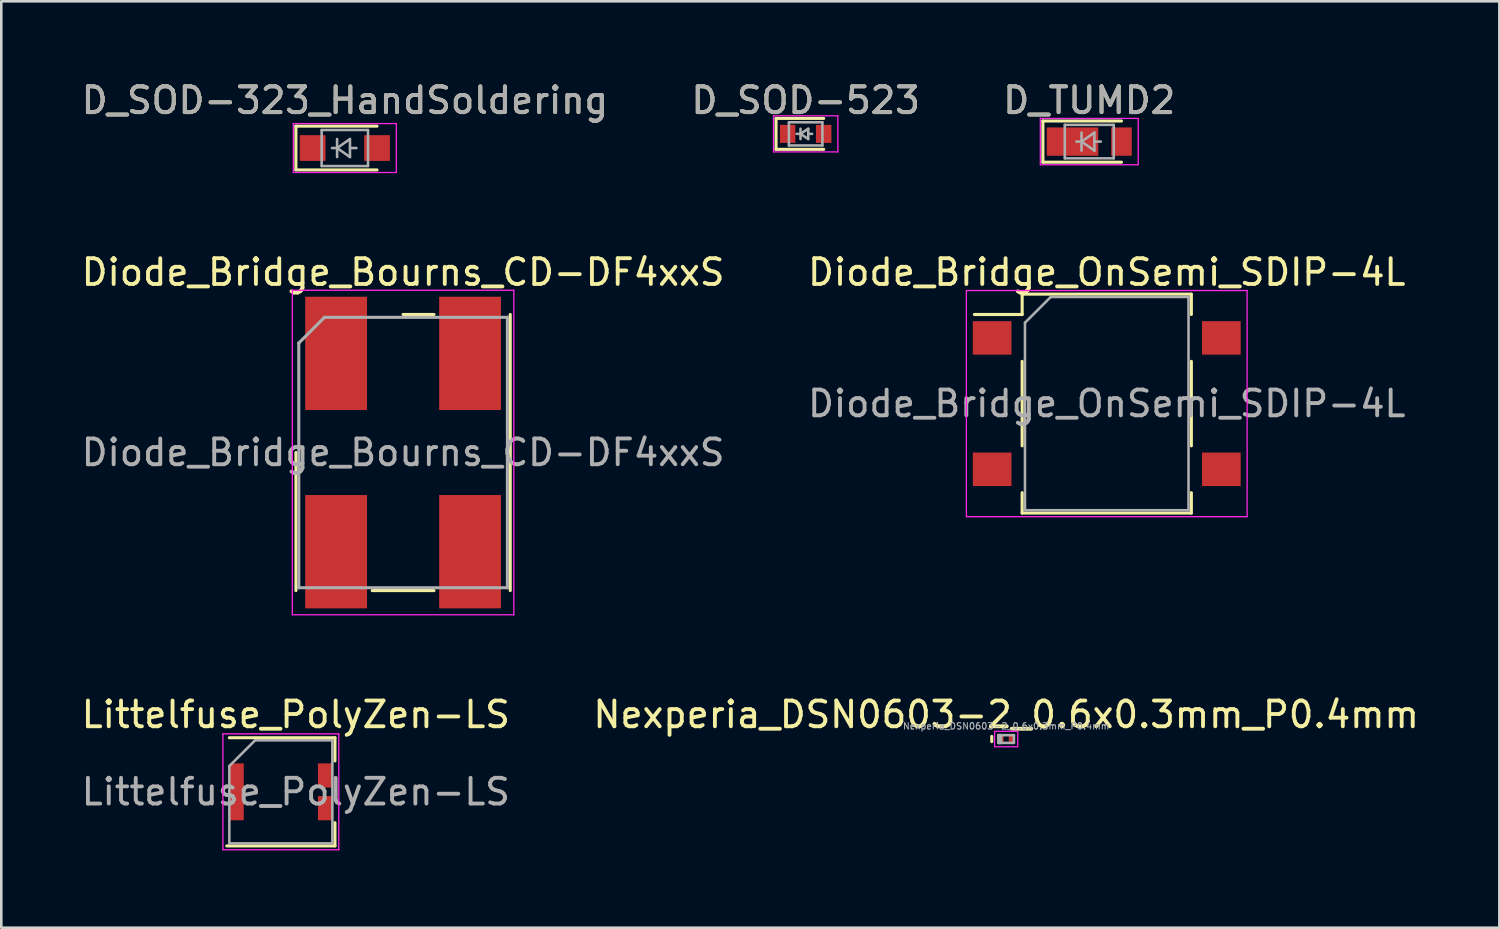
<source format=kicad_pcb>
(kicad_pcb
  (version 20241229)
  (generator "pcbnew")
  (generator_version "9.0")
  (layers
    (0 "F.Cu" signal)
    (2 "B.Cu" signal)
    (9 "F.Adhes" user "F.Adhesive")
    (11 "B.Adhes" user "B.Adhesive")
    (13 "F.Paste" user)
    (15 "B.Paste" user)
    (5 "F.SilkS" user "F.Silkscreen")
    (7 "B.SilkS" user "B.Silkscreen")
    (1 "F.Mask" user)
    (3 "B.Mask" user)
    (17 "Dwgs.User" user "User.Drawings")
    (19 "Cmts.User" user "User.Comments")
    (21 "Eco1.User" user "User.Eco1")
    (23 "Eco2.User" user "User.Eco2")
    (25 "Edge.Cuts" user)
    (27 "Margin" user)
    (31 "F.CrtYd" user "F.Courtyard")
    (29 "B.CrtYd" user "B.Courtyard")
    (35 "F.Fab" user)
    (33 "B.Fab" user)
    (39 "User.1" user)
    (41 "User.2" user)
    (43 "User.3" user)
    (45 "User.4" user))
  (footprint "D_SOD-523"
    (layer "F.Cu")
    (at 28.232 2.148)
    (property "Reference" "D_SOD-523" (at 0 -1.3 0) (layer "F.SilkS") (effects (font (size 1 1) (thickness 0.15))))
    (attr smd)
    (fp_line (start -1.15 -0.6) (end -1.15 0.6) (stroke (width 0.12) (type solid)) (layer "F.SilkS"))
    (fp_line (start 0.7 -0.6) (end -1.15 -0.6) (stroke (width 0.12) (type solid)) (layer "F.SilkS"))
    (fp_line (start 0.7 0.6) (end -1.15 0.6) (stroke (width 0.12) (type solid)) (layer "F.SilkS"))
    (fp_line (start -1.25 -0.7) (end 1.25 -0.7) (stroke (width 0.05) (type solid)) (layer "F.CrtYd"))
    (fp_line (start -1.25 0.7) (end -1.25 -0.7) (stroke (width 0.05) (type solid)) (layer "F.CrtYd"))
    (fp_line (start 1.25 -0.7) (end 1.25 0.7) (stroke (width 0.05) (type solid)) (layer "F.CrtYd"))
    (fp_line (start 1.25 0.7) (end -1.25 0.7) (stroke (width 0.05) (type solid)) (layer "F.CrtYd"))
    (fp_line (start -0.65 -0.45) (end 0.65 -0.45) (stroke (width 0.1) (type solid)) (layer "F.Fab"))
    (fp_line (start -0.65 0.45) (end -0.65 -0.45) (stroke (width 0.1) (type solid)) (layer "F.Fab"))
    (fp_line (start -0.2 0) (end -0.35 0) (stroke (width 0.1) (type solid)) (layer "F.Fab"))
    (fp_line (start -0.2 0) (end 0.1 0.2) (stroke (width 0.1) (type solid)) (layer "F.Fab"))
    (fp_line (start -0.2 0.2) (end -0.2 -0.2) (stroke (width 0.1) (type solid)) (layer "F.Fab"))
    (fp_line (start 0.1 -0.2) (end -0.2 0) (stroke (width 0.1) (type solid)) (layer "F.Fab"))
    (fp_line (start 0.1 0) (end 0.25 0) (stroke (width 0.1) (type solid)) (layer "F.Fab"))
    (fp_line (start 0.1 0.2) (end 0.1 -0.2) (stroke (width 0.1) (type solid)) (layer "F.Fab"))
    (fp_line (start 0.65 -0.45) (end 0.65 0.45) (stroke (width 0.1) (type solid)) (layer "F.Fab"))
    (fp_line (start 0.65 0.45) (end -0.65 0.45) (stroke (width 0.1) (type solid)) (layer "F.Fab"))
    (fp_text user "${REFERENCE}" (at 0 -1.3 0) (layer "F.Fab") (effects (font (size 1 1) (thickness 0.15))))
    (pad "1" smd rect (at -0.7 0 180) (size 0.6 0.7) (layers "F.Cu" "F.Mask" "F.Paste"))
    (pad "2" smd rect (at 0.7 0 180) (size 0.6 0.7) (layers "F.Cu" "F.Mask" "F.Paste")))
  (footprint "Littelfuse_PolyZen-LS"
    (layer "F.Cu")
    (at 7.855 27.695)
    (property "Reference" "Littelfuse_PolyZen-LS" (at 0.58 -3 0) (layer "F.SilkS") (effects (font (size 1 1) (thickness 0.15))))
    (attr smd)
    (fp_line (start 2.1 -2.1) (end -2 -2.1) (stroke (width 0.12) (type solid)) (layer "F.SilkS"))
    (fp_line (start 2.1 -2.1) (end 2.1 -1.2) (stroke (width 0.12) (type solid)) (layer "F.SilkS"))
    (fp_line (start 2.1 2.1) (end -2.1 2.1) (stroke (width 0.12) (type solid)) (layer "F.SilkS"))
    (fp_line (start 2.1 2.1) (end 2.1 1.2) (stroke (width 0.12) (type solid)) (layer "F.SilkS"))
    (fp_line (start -2.25 -2.25) (end 2.25 -2.25) (stroke (width 0.05) (type solid)) (layer "F.CrtYd"))
    (fp_line (start -2.25 2.25) (end -2.25 -2.25) (stroke (width 0.05) (type solid)) (layer "F.CrtYd"))
    (fp_line (start 2.25 -2.25) (end 2.25 2.25) (stroke (width 0.05) (type solid)) (layer "F.CrtYd"))
    (fp_line (start 2.25 2.25) (end -2.25 2.25) (stroke (width 0.05) (type solid)) (layer "F.CrtYd"))
    (fp_line (start -2 2) (end -2 -1) (stroke (width 0.1) (type solid)) (layer "F.Fab"))
    (fp_line (start -1 -2) (end -2 -1) (stroke (width 0.1) (type solid)) (layer "F.Fab"))
    (fp_line (start 2 -2) (end -1 -2) (stroke (width 0.1) (type solid)) (layer "F.Fab"))
    (fp_line (start 2 -2) (end 2 2) (stroke (width 0.1) (type solid)) (layer "F.Fab"))
    (fp_line (start 2 2) (end -2 2) (stroke (width 0.1) (type solid)) (layer "F.Fab"))
    (fp_text user "${REFERENCE}" (at 0.58 0 0) (layer "F.Fab") (effects (font (size 1 1) (thickness 0.15))))
    (pad "1" smd rect (at -1.72 0) (size 0.56 2.21) (layers "F.Cu" "F.Mask" "F.Paste"))
    (pad "2" smd rect (at 1.72 -0.635) (size 0.56 0.94) (layers "F.Cu" "F.Mask" "F.Paste"))
    (pad "3" smd rect (at 1.72 0.635) (size 0.56 0.94) (layers "F.Cu" "F.Mask" "F.Paste")))
  (footprint "Diode_Bridge_OnSemi_SDIP-4L"
    (layer "F.Cu")
    (at 39.923 12.621)
    (property "Reference" "Diode_Bridge_OnSemi_SDIP-4L" (at 0 -5.1 0) (layer "F.SilkS") (effects (font (size 1 1) (thickness 0.15))))
    (attr smd)
    (fp_line (start -3.285 -4.25) (end -3.285 -3.46) (stroke (width 0.12) (type solid)) (layer "F.SilkS"))
    (fp_line (start -3.285 -3.46) (end -5.14 -3.46) (stroke (width 0.12) (type solid)) (layer "F.SilkS"))
    (fp_line (start -3.285 -1.64) (end -3.285 1.64) (stroke (width 0.12) (type solid)) (layer "F.SilkS"))
    (fp_line (start -3.285 3.46) (end -3.285 4.25) (stroke (width 0.12) (type solid)) (layer "F.SilkS"))
    (fp_line (start -3.285 4.25) (end 3.285 4.25) (stroke (width 0.12) (type solid)) (layer "F.SilkS"))
    (fp_line (start -3.275 -4.25) (end 3.275 -4.25) (stroke (width 0.12) (type solid)) (layer "F.SilkS"))
    (fp_line (start 3.285 -3.46) (end 3.285 -4.25) (stroke (width 0.12) (type solid)) (layer "F.SilkS"))
    (fp_line (start 3.285 -1.64) (end 3.285 1.64) (stroke (width 0.12) (type solid)) (layer "F.SilkS"))
    (fp_line (start 3.285 4.25) (end 3.285 3.46) (stroke (width 0.12) (type solid)) (layer "F.SilkS"))
    (fp_line (start -5.45 -4.39) (end -5.45 4.39) (stroke (width 0.05) (type solid)) (layer "F.CrtYd"))
    (fp_line (start -5.45 -4.39) (end 5.45 -4.39) (stroke (width 0.05) (type solid)) (layer "F.CrtYd"))
    (fp_line (start 5.45 4.39) (end -5.45 4.39) (stroke (width 0.05) (type solid)) (layer "F.CrtYd"))
    (fp_line (start 5.45 4.39) (end 5.45 -4.39) (stroke (width 0.05) (type solid)) (layer "F.CrtYd"))
    (fp_line (start -3.175 -3.14) (end -2.175 -4.14) (stroke (width 0.1) (type solid)) (layer "F.Fab"))
    (fp_line (start -3.175 4.14) (end -3.175 -3.14) (stroke (width 0.1) (type solid)) (layer "F.Fab"))
    (fp_line (start -2.175 -4.14) (end 3.175 -4.14) (stroke (width 0.1) (type solid)) (layer "F.Fab"))
    (fp_line (start 3.175 -4.14) (end 3.175 4.14) (stroke (width 0.1) (type solid)) (layer "F.Fab"))
    (fp_line (start 3.175 4.14) (end -3.175 4.14) (stroke (width 0.1) (type solid)) (layer "F.Fab"))
    (fp_text user "${REFERENCE}" (at 0 0 0) (layer "F.Fab") (effects (font (size 1 1) (thickness 0.15))))
    (pad "1" smd rect (at -4.45 -2.55) (size 1.5 1.3) (layers "F.Cu" "F.Mask" "F.Paste"))
    (pad "2" smd rect (at -4.45 2.55) (size 1.5 1.3) (layers "F.Cu" "F.Mask" "F.Paste"))
    (pad "3" smd rect (at 4.45 2.55) (size 1.5 1.3) (layers "F.Cu" "F.Mask" "F.Paste"))
    (pad "4" smd rect (at 4.45 -2.55) (size 1.5 1.3) (layers "F.Cu" "F.Mask" "F.Paste")))
  (footprint "D_SOD-323_HandSoldering"
    (layer "F.Cu")
    (at 10.339 2.698)
    (property "Reference" "D_SOD-323_HandSoldering" (at 0 -1.85 0) (layer "F.SilkS") (effects (font (size 1 1) (thickness 0.15))))
    (attr smd)
    (fp_line (start -1.9 -0.85) (end -1.9 0.85) (stroke (width 0.12) (type solid)) (layer "F.SilkS"))
    (fp_line (start -1.9 -0.85) (end 1.25 -0.85) (stroke (width 0.12) (type solid)) (layer "F.SilkS"))
    (fp_line (start -1.9 0.85) (end 1.25 0.85) (stroke (width 0.12) (type solid)) (layer "F.SilkS"))
    (fp_line (start -2 -0.95) (end -2 0.95) (stroke (width 0.05) (type solid)) (layer "F.CrtYd"))
    (fp_line (start -2 -0.95) (end 2 -0.95) (stroke (width 0.05) (type solid)) (layer "F.CrtYd"))
    (fp_line (start -2 0.95) (end 2 0.95) (stroke (width 0.05) (type solid)) (layer "F.CrtYd"))
    (fp_line (start 2 -0.95) (end 2 0.95) (stroke (width 0.05) (type solid)) (layer "F.CrtYd"))
    (fp_line (start -0.9 -0.7) (end 0.9 -0.7) (stroke (width 0.1) (type solid)) (layer "F.Fab"))
    (fp_line (start -0.9 0.7) (end -0.9 -0.7) (stroke (width 0.1) (type solid)) (layer "F.Fab"))
    (fp_line (start -0.3 -0.35) (end -0.3 0.35) (stroke (width 0.1) (type solid)) (layer "F.Fab"))
    (fp_line (start -0.3 0) (end -0.5 0) (stroke (width 0.1) (type solid)) (layer "F.Fab"))
    (fp_line (start -0.3 0) (end 0.2 -0.35) (stroke (width 0.1) (type solid)) (layer "F.Fab"))
    (fp_line (start 0.2 -0.35) (end 0.2 0.35) (stroke (width 0.1) (type solid)) (layer "F.Fab"))
    (fp_line (start 0.2 0) (end 0.45 0) (stroke (width 0.1) (type solid)) (layer "F.Fab"))
    (fp_line (start 0.2 0.35) (end -0.3 0) (stroke (width 0.1) (type solid)) (layer "F.Fab"))
    (fp_line (start 0.9 -0.7) (end 0.9 0.7) (stroke (width 0.1) (type solid)) (layer "F.Fab"))
    (fp_line (start 0.9 0.7) (end -0.9 0.7) (stroke (width 0.1) (type solid)) (layer "F.Fab"))
    (fp_text user "${REFERENCE}" (at 0 -1.85 0) (layer "F.Fab") (effects (font (size 1 1) (thickness 0.15))))
    (pad "1" smd rect (at -1.25 0) (size 1 1) (layers "F.Cu" "F.Mask" "F.Paste"))
    (pad "2" smd rect (at 1.25 0) (size 1 1) (layers "F.Cu" "F.Mask" "F.Paste")))
  (footprint "Diode_Bridge_Bourns_CD-DF4xxS"
    (layer "F.Cu")
    (at 12.601 14.521)
    (property "Reference" "Diode_Bridge_Bourns_CD-DF4xxS" (at 0 -7 0) (layer "F.SilkS") (effects (font (size 1 1) (thickness 0.15))))
    (attr smd)
    (fp_line (start -4.16 0) (end -4.16 5.36) (stroke (width 0.12) (type solid)) (layer "F.SilkS"))
    (fp_line (start -1.2 5.36) (end 1.2 5.36) (stroke (width 0.12) (type solid)) (layer "F.SilkS"))
    (fp_line (start 0 -5.36) (end 1.2 -5.36) (stroke (width 0.12) (type solid)) (layer "F.SilkS"))
    (fp_line (start 4.16 -5.36) (end 4.16 5.36) (stroke (width 0.12) (type solid)) (layer "F.SilkS"))
    (fp_line (start -4.3 -6.3) (end -4.3 6.3) (stroke (width 0.05) (type solid)) (layer "F.CrtYd"))
    (fp_line (start -4.3 -6.3) (end 4.3 -6.3) (stroke (width 0.05) (type solid)) (layer "F.CrtYd"))
    (fp_line (start 4.3 6.3) (end -4.3 6.3) (stroke (width 0.05) (type solid)) (layer "F.CrtYd"))
    (fp_line (start 4.3 6.3) (end 4.3 -6.3) (stroke (width 0.05) (type solid)) (layer "F.CrtYd"))
    (fp_line (start -4.05 -4.25) (end -3.05 -5.25) (stroke (width 0.12) (type solid)) (layer "F.Fab"))
    (fp_line (start -4.05 5.25) (end -4.05 -4.25) (stroke (width 0.12) (type solid)) (layer "F.Fab"))
    (fp_line (start -3.05 -5.25) (end 4.05 -5.25) (stroke (width 0.12) (type solid)) (layer "F.Fab"))
    (fp_line (start 4.05 -5.25) (end 4.05 5.25) (stroke (width 0.12) (type solid)) (layer "F.Fab"))
    (fp_line (start 4.05 5.25) (end -4.05 5.25) (stroke (width 0.12) (type solid)) (layer "F.Fab"))
    (fp_text user "${REFERENCE}" (at 0 0 0) (layer "F.Fab") (effects (font (size 1 1) (thickness 0.15))))
    (pad "1" smd rect (at -2.6 -3.85) (size 2.4 4.4) (layers "F.Cu" "F.Mask" "F.Paste"))
    (pad "2" smd rect (at -2.6 3.85) (size 2.4 4.4) (layers "F.Cu" "F.Mask" "F.Paste"))
    (pad "3" smd rect (at 2.6 3.85) (size 2.4 4.4) (layers "F.Cu" "F.Mask" "F.Paste"))
    (pad "4" smd rect (at 2.6 -3.85) (size 2.4 4.4) (layers "F.Cu" "F.Mask" "F.Paste")))
  (footprint "Nexperia_DSN0603-2_0.6x0.3mm_P0.4mm"
    (layer "F.Cu")
    (at 36.018 25.645)
    (property "Reference" "Nexperia_DSN0603-2_0.6x0.3mm_P0.4mm" (at 0 -0.95 0) (layer "F.SilkS") (effects (font (size 1 1) (thickness 0.15))))
    (attr smd)
    (fp_line (start -0.56 0.1) (end -0.56 -0.1) (stroke (width 0.12) (type solid)) (layer "F.SilkS"))
    (fp_circle (center -0.208 0) (end -0.208 -0.128) (stroke (width 0) (type solid)) (fill yes) (layer "F.Paste"))
    (fp_circle (center 0.208 0) (end 0.208 -0.128) (stroke (width 0) (type solid)) (fill yes) (layer "F.Paste"))
    (fp_rect (start -0.45 0.3) (end 0.45 -0.3) (stroke (width 0.05) (type solid)) (fill no) (layer "F.CrtYd"))
    (fp_line (start -0.3 -0.15) (end 0.3 -0.15) (stroke (width 0.1) (type solid)) (layer "F.Fab"))
    (fp_line (start -0.3 0.15) (end -0.3 -0.15) (stroke (width 0.1) (type solid)) (layer "F.Fab"))
    (fp_line (start 0.3 -0.15) (end 0.3 0.15) (stroke (width 0.1) (type solid)) (layer "F.Fab"))
    (fp_line (start 0.3 0.15) (end -0.3 0.15) (stroke (width 0.1) (type solid)) (layer "F.Fab"))
    (fp_rect (start -0.3 -0.15) (end -0.2 0.15) (stroke (width 0.1) (type solid)) (fill no) (layer "F.Fab"))
    (fp_text user "${REFERENCE}" (at 0 -0.5 180) (layer "F.Fab") (effects (font (size 0.25 0.25) (thickness 0.04))))
    (pad "1" smd rect (at -0.2 0 90) (size 0.28 0.2) (layers "F.Cu" "F.Mask"))
    (pad "2" smd rect (at 0.2 0 90) (size 0.28 0.2) (layers "F.Cu" "F.Mask")))
  (footprint "D_TUMD2"
    (layer "F.Cu")
    (at 39.244 2.448)
    (property "Reference" "D_TUMD2" (at 0 -1.6 0) (layer "F.SilkS") (effects (font (size 1 1) (thickness 0.15))))
    (attr smd)
    (fp_line (start -1.8 -0.8) (end 1.25 -0.8) (stroke (width 0.12) (type solid)) (layer "F.SilkS"))
    (fp_line (start -1.8 0.8) (end -1.8 -0.8) (stroke (width 0.12) (type solid)) (layer "F.SilkS"))
    (fp_line (start 1.25 0.8) (end -1.8 0.8) (stroke (width 0.12) (type solid)) (layer "F.SilkS"))
    (fp_line (start -1.9 -0.9) (end 1.9 -0.9) (stroke (width 0.05) (type solid)) (layer "F.CrtYd"))
    (fp_line (start -1.9 0.9) (end -1.9 -0.9) (stroke (width 0.05) (type solid)) (layer "F.CrtYd"))
    (fp_line (start 1.9 -0.9) (end 1.9 0.9) (stroke (width 0.05) (type solid)) (layer "F.CrtYd"))
    (fp_line (start 1.9 0.9) (end -1.9 0.9) (stroke (width 0.05) (type solid)) (layer "F.CrtYd"))
    (fp_line (start -0.95 -0.65) (end 0.95 -0.65) (stroke (width 0.1) (type solid)) (layer "F.Fab"))
    (fp_line (start -0.95 0.65) (end -0.95 -0.65) (stroke (width 0.1) (type solid)) (layer "F.Fab"))
    (fp_line (start -0.3 -0.35) (end -0.3 0.35) (stroke (width 0.1) (type solid)) (layer "F.Fab"))
    (fp_line (start -0.3 0) (end -0.5 0) (stroke (width 0.1) (type solid)) (layer "F.Fab"))
    (fp_line (start -0.3 0) (end 0.2 -0.35) (stroke (width 0.1) (type solid)) (layer "F.Fab"))
    (fp_line (start 0.2 -0.35) (end 0.2 0.35) (stroke (width 0.1) (type solid)) (layer "F.Fab"))
    (fp_line (start 0.2 0) (end 0.45 0) (stroke (width 0.1) (type solid)) (layer "F.Fab"))
    (fp_line (start 0.2 0.35) (end -0.3 0) (stroke (width 0.1) (type solid)) (layer "F.Fab"))
    (fp_line (start 0.95 -0.65) (end 0.95 0.65) (stroke (width 0.1) (type solid)) (layer "F.Fab"))
    (fp_line (start 0.95 0.65) (end -0.95 0.65) (stroke (width 0.1) (type solid)) (layer "F.Fab"))
    (fp_text user "${REFERENCE}" (at 0 -1.6 0) (layer "F.Fab") (effects (font (size 1 1) (thickness 0.15))))
    (pad "1" smd rect (at -0.65 0 180) (size 2 1.1) (layers "F.Cu" "F.Mask" "F.Paste"))
    (pad "2" smd rect (at 1.25 0 180) (size 0.8 1.1) (layers "F.Cu" "F.Mask" "F.Paste")))
  (gr_rect
    (start -3 -3)
    (end 55.167 32.97)
    (stroke (width 0.1) (type default))
    (fill no)
    (layer "Edge.Cuts")))
</source>
